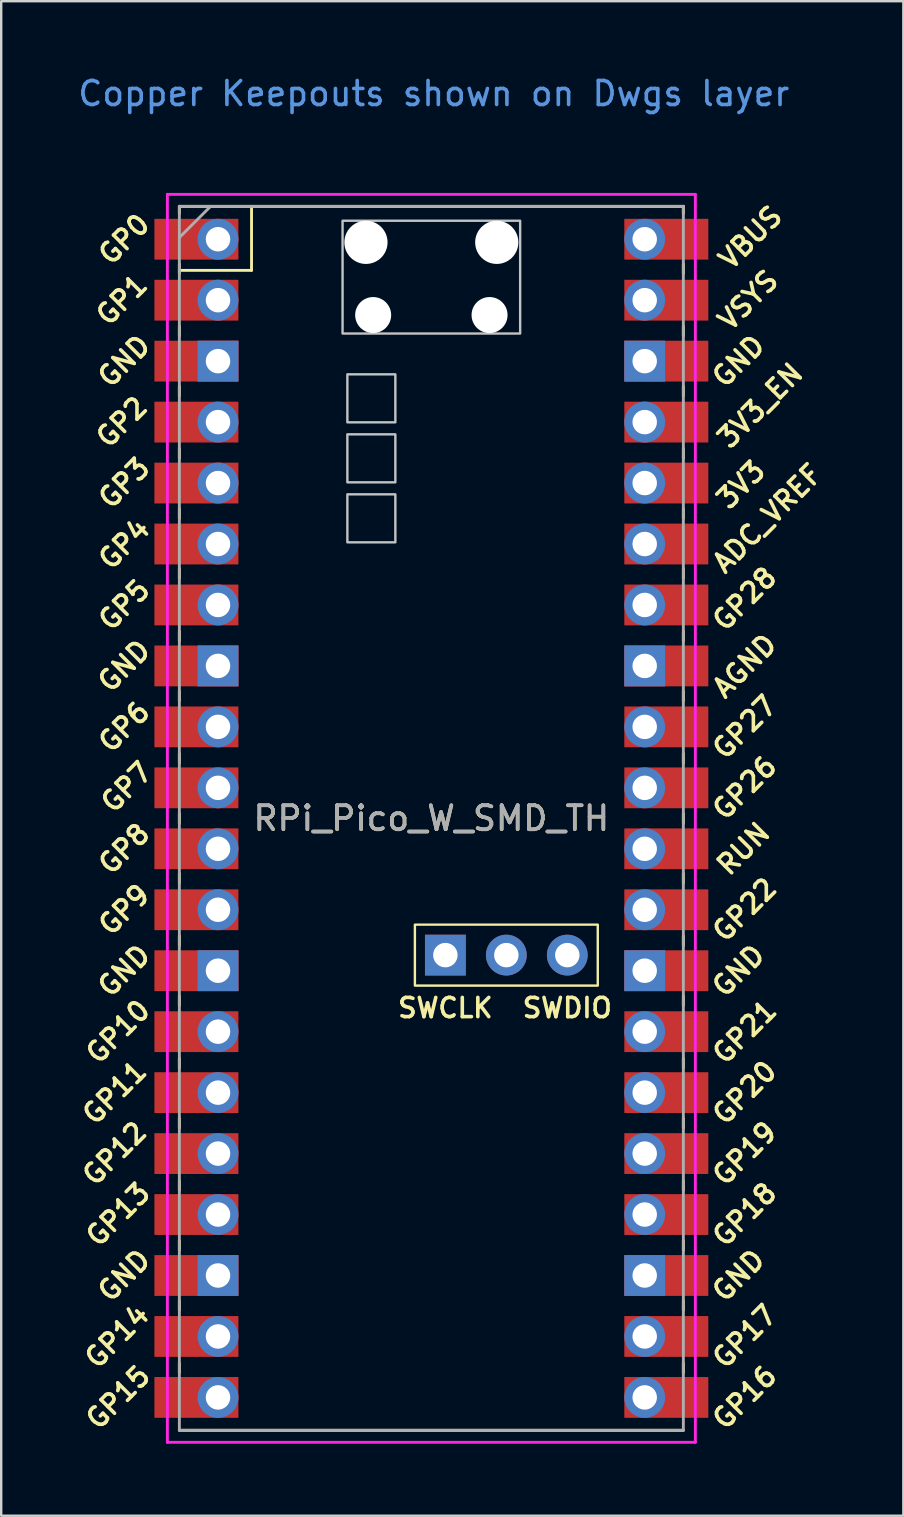
<source format=kicad_pcb>
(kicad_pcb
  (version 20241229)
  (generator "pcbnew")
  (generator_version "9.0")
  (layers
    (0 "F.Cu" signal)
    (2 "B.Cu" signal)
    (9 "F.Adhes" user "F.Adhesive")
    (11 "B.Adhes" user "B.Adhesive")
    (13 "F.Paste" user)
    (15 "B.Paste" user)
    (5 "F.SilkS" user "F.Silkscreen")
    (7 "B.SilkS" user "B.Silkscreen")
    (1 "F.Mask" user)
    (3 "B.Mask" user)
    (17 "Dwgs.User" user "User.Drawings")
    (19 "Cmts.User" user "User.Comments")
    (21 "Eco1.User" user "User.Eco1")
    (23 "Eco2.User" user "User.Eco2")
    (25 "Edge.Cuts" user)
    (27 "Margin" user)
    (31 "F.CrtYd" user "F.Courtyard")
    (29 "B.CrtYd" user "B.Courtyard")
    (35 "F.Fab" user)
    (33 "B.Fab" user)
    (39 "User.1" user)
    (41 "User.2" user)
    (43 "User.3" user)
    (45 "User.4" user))
  (footprint "RPi_Pico_W_SMD_TH"
    (layer "F.Cu")
    (at 14.924 31.048)
    (property "Reference" "RPi_Pico_W_SMD_TH" (at 0 0 0) (layer "F.SilkS") (effects (font (size 1 1) (thickness 0.15))))
    (attr through_hole)
    (fp_line (start -10.5 -25.5) (end -10.5 -25.2) (stroke (width 0.12) (type solid)) (layer "F.SilkS"))
    (fp_line (start -10.5 -25.5) (end 10.5 -25.5) (stroke (width 0.12) (type solid)) (layer "F.SilkS"))
    (fp_line (start -10.5 -23.1) (end -10.5 -22.7) (stroke (width 0.12) (type solid)) (layer "F.SilkS"))
    (fp_line (start -10.5 -22.833) (end -7.493 -22.833) (stroke (width 0.12) (type solid)) (layer "F.SilkS"))
    (fp_line (start -10.5 -20.5) (end -10.5 -20.1) (stroke (width 0.12) (type solid)) (layer "F.SilkS"))
    (fp_line (start -10.5 -18) (end -10.5 -17.6) (stroke (width 0.12) (type solid)) (layer "F.SilkS"))
    (fp_line (start -10.5 -15.4) (end -10.5 -15) (stroke (width 0.12) (type solid)) (layer "F.SilkS"))
    (fp_line (start -10.5 -12.9) (end -10.5 -12.5) (stroke (width 0.12) (type solid)) (layer "F.SilkS"))
    (fp_line (start -10.5 -10.4) (end -10.5 -10) (stroke (width 0.12) (type solid)) (layer "F.SilkS"))
    (fp_line (start -10.5 -7.8) (end -10.5 -7.4) (stroke (width 0.12) (type solid)) (layer "F.SilkS"))
    (fp_line (start -10.5 -5.3) (end -10.5 -4.9) (stroke (width 0.12) (type solid)) (layer "F.SilkS"))
    (fp_line (start -10.5 -2.7) (end -10.5 -2.3) (stroke (width 0.12) (type solid)) (layer "F.SilkS"))
    (fp_line (start -10.5 -0.2) (end -10.5 0.2) (stroke (width 0.12) (type solid)) (layer "F.SilkS"))
    (fp_line (start -10.5 2.3) (end -10.5 2.7) (stroke (width 0.12) (type solid)) (layer "F.SilkS"))
    (fp_line (start -10.5 4.9) (end -10.5 5.3) (stroke (width 0.12) (type solid)) (layer "F.SilkS"))
    (fp_line (start -10.5 7.4) (end -10.5 7.8) (stroke (width 0.12) (type solid)) (layer "F.SilkS"))
    (fp_line (start -10.5 10) (end -10.5 10.4) (stroke (width 0.12) (type solid)) (layer "F.SilkS"))
    (fp_line (start -10.5 12.5) (end -10.5 12.9) (stroke (width 0.12) (type solid)) (layer "F.SilkS"))
    (fp_line (start -10.5 15.1) (end -10.5 15.5) (stroke (width 0.12) (type solid)) (layer "F.SilkS"))
    (fp_line (start -10.5 17.6) (end -10.5 18) (stroke (width 0.12) (type solid)) (layer "F.SilkS"))
    (fp_line (start -10.5 20.1) (end -10.5 20.5) (stroke (width 0.12) (type solid)) (layer "F.SilkS"))
    (fp_line (start -10.5 22.7) (end -10.5 23.1) (stroke (width 0.12) (type solid)) (layer "F.SilkS"))
    (fp_line (start -7.493 -22.833) (end -7.493 -25.5) (stroke (width 0.12) (type solid)) (layer "F.SilkS"))
    (fp_line (start 10.5 -25.5) (end 10.5 -25.2) (stroke (width 0.12) (type solid)) (layer "F.SilkS"))
    (fp_line (start 10.5 -23.1) (end 10.5 -22.7) (stroke (width 0.12) (type solid)) (layer "F.SilkS"))
    (fp_line (start 10.5 -20.5) (end 10.5 -20.1) (stroke (width 0.12) (type solid)) (layer "F.SilkS"))
    (fp_line (start 10.5 -18) (end 10.5 -17.6) (stroke (width 0.12) (type solid)) (layer "F.SilkS"))
    (fp_line (start 10.5 -15.4) (end 10.5 -15) (stroke (width 0.12) (type solid)) (layer "F.SilkS"))
    (fp_line (start 10.5 -12.9) (end 10.5 -12.5) (stroke (width 0.12) (type solid)) (layer "F.SilkS"))
    (fp_line (start 10.5 -10.4) (end 10.5 -10) (stroke (width 0.12) (type solid)) (layer "F.SilkS"))
    (fp_line (start 10.5 -7.8) (end 10.5 -7.4) (stroke (width 0.12) (type solid)) (layer "F.SilkS"))
    (fp_line (start 10.5 -5.3) (end 10.5 -4.9) (stroke (width 0.12) (type solid)) (layer "F.SilkS"))
    (fp_line (start 10.5 -2.7) (end 10.5 -2.3) (stroke (width 0.12) (type solid)) (layer "F.SilkS"))
    (fp_line (start 10.5 -0.2) (end 10.5 0.2) (stroke (width 0.12) (type solid)) (layer "F.SilkS"))
    (fp_line (start 10.5 2.3) (end 10.5 2.7) (stroke (width 0.12) (type solid)) (layer "F.SilkS"))
    (fp_line (start 10.5 4.9) (end 10.5 5.3) (stroke (width 0.12) (type solid)) (layer "F.SilkS"))
    (fp_line (start 10.5 7.4) (end 10.5 7.8) (stroke (width 0.12) (type solid)) (layer "F.SilkS"))
    (fp_line (start 10.5 10) (end 10.5 10.4) (stroke (width 0.12) (type solid)) (layer "F.SilkS"))
    (fp_line (start 10.5 12.5) (end 10.5 12.9) (stroke (width 0.12) (type solid)) (layer "F.SilkS"))
    (fp_line (start 10.5 15.1) (end 10.5 15.5) (stroke (width 0.12) (type solid)) (layer "F.SilkS"))
    (fp_line (start 10.5 17.6) (end 10.5 18) (stroke (width 0.12) (type solid)) (layer "F.SilkS"))
    (fp_line (start 10.5 20.1) (end 10.5 20.5) (stroke (width 0.12) (type solid)) (layer "F.SilkS"))
    (fp_line (start 10.5 22.7) (end 10.5 23.1) (stroke (width 0.12) (type solid)) (layer "F.SilkS"))
    (fp_line (start 10.5 25.5) (end -10.5 25.5) (stroke (width 0.12) (type solid)) (layer "F.SilkS"))
    (fp_rect (start -0.686 4.43) (end 6.934 6.97) (stroke (width 0.1) (type default)) (fill no) (layer "F.SilkS"))
    (fp_poly (pts (xy -1.5 -16.5) (xy -3.5 -16.5) (xy -3.5 -18.5) (xy -1.5 -18.5)) (stroke (width 0.1) (type solid)) (fill no) (layer "Dwgs.User"))
    (fp_poly (pts (xy -1.5 -14) (xy -3.5 -14) (xy -3.5 -16) (xy -1.5 -16)) (stroke (width 0.1) (type solid)) (fill no) (layer "Dwgs.User"))
    (fp_poly (pts (xy -1.5 -11.5) (xy -3.5 -11.5) (xy -3.5 -13.5) (xy -1.5 -13.5)) (stroke (width 0.1) (type solid)) (fill no) (layer "Dwgs.User"))
    (fp_poly (pts (xy 3.7 -20.2) (xy -3.7 -20.2) (xy -3.7 -24.9) (xy 3.7 -24.9)) (stroke (width 0.1) (type solid)) (fill no) (layer "Dwgs.User"))
    (fp_line (start -11 -26) (end 11 -26) (stroke (width 0.12) (type solid)) (layer "F.CrtYd"))
    (fp_line (start -11 26) (end -11 -26) (stroke (width 0.12) (type solid)) (layer "F.CrtYd"))
    (fp_line (start 11 -26) (end 11 26) (stroke (width 0.12) (type solid)) (layer "F.CrtYd"))
    (fp_line (start 11 26) (end -11 26) (stroke (width 0.12) (type solid)) (layer "F.CrtYd"))
    (fp_line (start -10.5 -25.5) (end 10.5 -25.5) (stroke (width 0.12) (type solid)) (layer "F.Fab"))
    (fp_line (start -10.5 -24.2) (end -9.2 -25.5) (stroke (width 0.12) (type solid)) (layer "F.Fab"))
    (fp_line (start -10.5 25.5) (end -10.5 -25.5) (stroke (width 0.12) (type solid)) (layer "F.Fab"))
    (fp_line (start 10.5 -25.5) (end 10.5 25.5) (stroke (width 0.12) (type solid)) (layer "F.Fab"))
    (fp_line (start 10.5 25.5) (end -10.5 25.5) (stroke (width 0.12) (type solid)) (layer "F.Fab"))
    (fp_text user "GP22" (at 13.054 3.81 45) (layer "F.SilkS") (effects (font (size 0.8 0.8) (thickness 0.15))))
    (fp_text user "GND" (at -12.8 -19.05 45) (layer "F.SilkS") (effects (font (size 0.8 0.8) (thickness 0.15))))
    (fp_text user "GP15" (at -13.054 24.13 45) (layer "F.SilkS") (effects (font (size 0.8 0.8) (thickness 0.15))))
    (fp_text user "SWDIO" (at 5.664 7.9 0) (layer "F.SilkS") (effects (font (size 0.8 0.8) (thickness 0.15))))
    (fp_text user "VSYS" (at 13.2 -21.59 45) (layer "F.SilkS") (effects (font (size 0.8 0.8) (thickness 0.15))))
    (fp_text user "AGND" (at 13.054 -6.35 45) (layer "F.SilkS") (effects (font (size 0.8 0.8) (thickness 0.15))))
    (fp_text user "SWCLK" (at 0.584 7.9 0) (layer "F.SilkS") (effects (font (size 0.8 0.8) (thickness 0.15))))
    (fp_text user "GP13" (at -13.054 16.51 45) (layer "F.SilkS") (effects (font (size 0.8 0.8) (thickness 0.15))))
    (fp_text user "GP11" (at -13.2 11.43 45) (layer "F.SilkS") (effects (font (size 0.8 0.8) (thickness 0.15))))
    (fp_text user "GP28" (at 13.054 -9.144 45) (layer "F.SilkS") (effects (font (size 0.8 0.8) (thickness 0.15))))
    (fp_text user "GND" (at -12.8 19.05 45) (layer "F.SilkS") (effects (font (size 0.8 0.8) (thickness 0.15))))
    (fp_text user "GP21" (at 13.054 8.9 45) (layer "F.SilkS") (effects (font (size 0.8 0.8) (thickness 0.15))))
    (fp_text user "GP8" (at -12.8 1.27 45) (layer "F.SilkS") (effects (font (size 0.8 0.8) (thickness 0.15))))
    (fp_text user "RUN" (at 13 1.27 45) (layer "F.SilkS") (effects (font (size 0.8 0.8) (thickness 0.15))))
    (fp_text user "GP7" (at -12.7 -1.3 45) (layer "F.SilkS") (effects (font (size 0.8 0.8) (thickness 0.15))))
    (fp_text user "GND" (at -12.8 6.35 45) (layer "F.SilkS") (effects (font (size 0.8 0.8) (thickness 0.15))))
    (fp_text user "GP1" (at -12.9 -21.6 45) (layer "F.SilkS") (effects (font (size 0.8 0.8) (thickness 0.15))))
    (fp_text user "GP10" (at -13.054 8.89 45) (layer "F.SilkS") (effects (font (size 0.8 0.8) (thickness 0.15))))
    (fp_text user "GP6" (at -12.8 -3.81 45) (layer "F.SilkS") (effects (font (size 0.8 0.8) (thickness 0.15))))
    (fp_text user "3V3" (at 12.9 -13.9 45) (layer "F.SilkS") (effects (font (size 0.8 0.8) (thickness 0.15))))
    (fp_text user "GP5" (at -12.8 -8.89 45) (layer "F.SilkS") (effects (font (size 0.8 0.8) (thickness 0.15))))
    (fp_text user "GND" (at 12.8 19.05 45) (layer "F.SilkS") (effects (font (size 0.8 0.8) (thickness 0.15))))
    (fp_text user "VBUS" (at 13.3 -24.2 45) (layer "F.SilkS") (effects (font (size 0.8 0.8) (thickness 0.15))))
    (fp_text user "3V3_EN" (at 13.7 -17.2 45) (layer "F.SilkS") (effects (font (size 0.8 0.8) (thickness 0.15))))
    (fp_text user "GP2" (at -12.9 -16.51 45) (layer "F.SilkS") (effects (font (size 0.8 0.8) (thickness 0.15))))
    (fp_text user "GP26" (at 13.054 -1.27 45) (layer "F.SilkS") (effects (font (size 0.8 0.8) (thickness 0.15))))
    (fp_text user "GP3" (at -12.8 -13.97 45) (layer "F.SilkS") (effects (font (size 0.8 0.8) (thickness 0.15))))
    (fp_text user "GP0" (at -12.8 -24.13 45) (layer "F.SilkS") (effects (font (size 0.8 0.8) (thickness 0.15))))
    (fp_text user "ADC_VREF" (at 14 -12.5 45) (layer "F.SilkS") (effects (font (size 0.8 0.8) (thickness 0.15))))
    (fp_text user "GP19" (at 13.054 13.97 45) (layer "F.SilkS") (effects (font (size 0.8 0.8) (thickness 0.15))))
    (fp_text user "GND" (at 12.8 6.35 45) (layer "F.SilkS") (effects (font (size 0.8 0.8) (thickness 0.15))))
    (fp_text user "GP16" (at 13.054 24.13 45) (layer "F.SilkS") (effects (font (size 0.8 0.8) (thickness 0.15))))
    (fp_text user "GND" (at -12.8 -6.35 45) (layer "F.SilkS") (effects (font (size 0.8 0.8) (thickness 0.15))))
    (fp_text user "GP27" (at 13.054 -3.8 45) (layer "F.SilkS") (effects (font (size 0.8 0.8) (thickness 0.15))))
    (fp_text user "GP4" (at -12.8 -11.43 45) (layer "F.SilkS") (effects (font (size 0.8 0.8) (thickness 0.15))))
    (fp_text user "GP12" (at -13.2 13.97 45) (layer "F.SilkS") (effects (font (size 0.8 0.8) (thickness 0.15))))
    (fp_text user "GP18" (at 13.054 16.51 45) (layer "F.SilkS") (effects (font (size 0.8 0.8) (thickness 0.15))))
    (fp_text user "GP17" (at 13.054 21.59 45) (layer "F.SilkS") (effects (font (size 0.8 0.8) (thickness 0.15))))
    (fp_text user "GP14" (at -13.1 21.59 45) (layer "F.SilkS") (effects (font (size 0.8 0.8) (thickness 0.15))))
    (fp_text user "GP20" (at 13.054 11.43 45) (layer "F.SilkS") (effects (font (size 0.8 0.8) (thickness 0.15))))
    (fp_text user "GP9" (at -12.8 3.81 45) (layer "F.SilkS") (effects (font (size 0.8 0.8) (thickness 0.15))))
    (fp_text user "GND" (at 12.8 -19.05 45) (layer "F.SilkS") (effects (font (size 0.8 0.8) (thickness 0.15))))
    (fp_text user "Copper Keepouts shown on Dwgs layer" (at 0.1 -30.2 0) (layer "Cmts.User") (effects (font (size 1 1) (thickness 0.15))))
    (fp_text user "${REFERENCE}" (at 0 0 180) (layer "F.Fab") (effects (font (size 1 1) (thickness 0.15))))
    (pad "" np_thru_hole oval (at -2.725 -24) (size 1.8 1.8) (drill 1.8) (layers "*.Cu" "*.Mask"))
    (pad "" np_thru_hole oval (at -2.425 -20.97) (size 1.5 1.5) (drill 1.5) (layers "*.Cu" "*.Mask"))
    (pad "" np_thru_hole oval (at 2.425 -20.97) (size 1.5 1.5) (drill 1.5) (layers "*.Cu" "*.Mask"))
    (pad "" np_thru_hole oval (at 2.725 -24) (size 1.8 1.8) (drill 1.8) (layers "*.Cu" "*.Mask"))
    (pad "1" thru_hole oval (at -8.89 -24.13) (size 1.7 1.7) (drill 1.02) (layers "*.Cu" "*.Mask"))
    (pad "1" smd rect (at -8.89 -24.13) (size 3.5 1.7) (drill (offset -0.9 0)) (layers "F.Cu" "F.Mask"))
    (pad "2" thru_hole oval (at -8.89 -21.59) (size 1.7 1.7) (drill 1.02) (layers "*.Cu" "*.Mask"))
    (pad "2" smd rect (at -8.89 -21.59) (size 3.5 1.7) (drill (offset -0.9 0)) (layers "F.Cu" "F.Mask"))
    (pad "3" thru_hole rect (at -8.89 -19.05) (size 1.7 1.7) (drill 1.02) (layers "*.Cu" "*.Mask"))
    (pad "3" smd rect (at -8.89 -19.05) (size 3.5 1.7) (drill (offset -0.9 0)) (layers "F.Cu" "F.Mask"))
    (pad "4" thru_hole oval (at -8.89 -16.51) (size 1.7 1.7) (drill 1.02) (layers "*.Cu" "*.Mask"))
    (pad "4" smd rect (at -8.89 -16.51) (size 3.5 1.7) (drill (offset -0.9 0)) (layers "F.Cu" "F.Mask"))
    (pad "5" thru_hole oval (at -8.89 -13.97) (size 1.7 1.7) (drill 1.02) (layers "*.Cu" "*.Mask"))
    (pad "5" smd rect (at -8.89 -13.97) (size 3.5 1.7) (drill (offset -0.9 0)) (layers "F.Cu" "F.Mask"))
    (pad "6" thru_hole oval (at -8.89 -11.43) (size 1.7 1.7) (drill 1.02) (layers "*.Cu" "*.Mask"))
    (pad "6" smd rect (at -8.89 -11.43) (size 3.5 1.7) (drill (offset -0.9 0)) (layers "F.Cu" "F.Mask"))
    (pad "7" thru_hole oval (at -8.89 -8.89) (size 1.7 1.7) (drill 1.02) (layers "*.Cu" "*.Mask"))
    (pad "7" smd rect (at -8.89 -8.89) (size 3.5 1.7) (drill (offset -0.9 0)) (layers "F.Cu" "F.Mask"))
    (pad "8" thru_hole rect (at -8.89 -6.35) (size 1.7 1.7) (drill 1.02) (layers "*.Cu" "*.Mask"))
    (pad "8" smd rect (at -8.89 -6.35) (size 3.5 1.7) (drill (offset -0.9 0)) (layers "F.Cu" "F.Mask"))
    (pad "9" thru_hole oval (at -8.89 -3.81) (size 1.7 1.7) (drill 1.02) (layers "*.Cu" "*.Mask"))
    (pad "9" smd rect (at -8.89 -3.81) (size 3.5 1.7) (drill (offset -0.9 0)) (layers "F.Cu" "F.Mask"))
    (pad "10" thru_hole oval (at -8.89 -1.27) (size 1.7 1.7) (drill 1.02) (layers "*.Cu" "*.Mask"))
    (pad "10" smd rect (at -8.89 -1.27) (size 3.5 1.7) (drill (offset -0.9 0)) (layers "F.Cu" "F.Mask"))
    (pad "11" thru_hole oval (at -8.89 1.27) (size 1.7 1.7) (drill 1.02) (layers "*.Cu" "*.Mask"))
    (pad "11" smd rect (at -8.89 1.27) (size 3.5 1.7) (drill (offset -0.9 0)) (layers "F.Cu" "F.Mask"))
    (pad "12" thru_hole oval (at -8.89 3.81) (size 1.7 1.7) (drill 1.02) (layers "*.Cu" "*.Mask"))
    (pad "12" smd rect (at -8.89 3.81) (size 3.5 1.7) (drill (offset -0.9 0)) (layers "F.Cu" "F.Mask"))
    (pad "13" thru_hole rect (at -8.89 6.35) (size 1.7 1.7) (drill 1.02) (layers "*.Cu" "*.Mask"))
    (pad "13" smd rect (at -8.89 6.35) (size 3.5 1.7) (drill (offset -0.9 0)) (layers "F.Cu" "F.Mask"))
    (pad "14" thru_hole oval (at -8.89 8.89) (size 1.7 1.7) (drill 1.02) (layers "*.Cu" "*.Mask"))
    (pad "14" smd rect (at -8.89 8.89) (size 3.5 1.7) (drill (offset -0.9 0)) (layers "F.Cu" "F.Mask"))
    (pad "15" thru_hole oval (at -8.89 11.43) (size 1.7 1.7) (drill 1.02) (layers "*.Cu" "*.Mask"))
    (pad "15" smd rect (at -8.89 11.43) (size 3.5 1.7) (drill (offset -0.9 0)) (layers "F.Cu" "F.Mask"))
    (pad "16" thru_hole oval (at -8.89 13.97) (size 1.7 1.7) (drill 1.02) (layers "*.Cu" "*.Mask"))
    (pad "16" smd rect (at -8.89 13.97) (size 3.5 1.7) (drill (offset -0.9 0)) (layers "F.Cu" "F.Mask"))
    (pad "17" thru_hole oval (at -8.89 16.51) (size 1.7 1.7) (drill 1.02) (layers "*.Cu" "*.Mask"))
    (pad "17" smd rect (at -8.89 16.51) (size 3.5 1.7) (drill (offset -0.9 0)) (layers "F.Cu" "F.Mask"))
    (pad "18" thru_hole rect (at -8.89 19.05) (size 1.7 1.7) (drill 1.02) (layers "*.Cu" "*.Mask"))
    (pad "18" smd rect (at -8.89 19.05) (size 3.5 1.7) (drill (offset -0.9 0)) (layers "F.Cu" "F.Mask"))
    (pad "19" thru_hole oval (at -8.89 21.59) (size 1.7 1.7) (drill 1.02) (layers "*.Cu" "*.Mask"))
    (pad "19" smd rect (at -8.89 21.59) (size 3.5 1.7) (drill (offset -0.9 0)) (layers "F.Cu" "F.Mask"))
    (pad "20" thru_hole oval (at -8.89 24.13) (size 1.7 1.7) (drill 1.02) (layers "*.Cu" "*.Mask"))
    (pad "20" smd rect (at -8.89 24.13) (size 3.5 1.7) (drill (offset -0.9 0)) (layers "F.Cu" "F.Mask"))
    (pad "21" thru_hole oval (at 8.89 24.13) (size 1.7 1.7) (drill 1.02) (layers "*.Cu" "*.Mask"))
    (pad "21" smd rect (at 8.89 24.13) (size 3.5 1.7) (drill (offset 0.9 0)) (layers "F.Cu" "F.Mask"))
    (pad "22" thru_hole oval (at 8.89 21.59) (size 1.7 1.7) (drill 1.02) (layers "*.Cu" "*.Mask"))
    (pad "22" smd rect (at 8.89 21.59) (size 3.5 1.7) (drill (offset 0.9 0)) (layers "F.Cu" "F.Mask"))
    (pad "23" thru_hole rect (at 8.89 19.05) (size 1.7 1.7) (drill 1.02) (layers "*.Cu" "*.Mask"))
    (pad "23" smd rect (at 8.89 19.05) (size 3.5 1.7) (drill (offset 0.9 0)) (layers "F.Cu" "F.Mask"))
    (pad "24" thru_hole oval (at 8.89 16.51) (size 1.7 1.7) (drill 1.02) (layers "*.Cu" "*.Mask"))
    (pad "24" smd rect (at 8.89 16.51) (size 3.5 1.7) (drill (offset 0.9 0)) (layers "F.Cu" "F.Mask"))
    (pad "25" thru_hole oval (at 8.89 13.97) (size 1.7 1.7) (drill 1.02) (layers "*.Cu" "*.Mask"))
    (pad "25" smd rect (at 8.89 13.97) (size 3.5 1.7) (drill (offset 0.9 0)) (layers "F.Cu" "F.Mask"))
    (pad "26" thru_hole oval (at 8.89 11.43) (size 1.7 1.7) (drill 1.02) (layers "*.Cu" "*.Mask"))
    (pad "26" smd rect (at 8.89 11.43) (size 3.5 1.7) (drill (offset 0.9 0)) (layers "F.Cu" "F.Mask"))
    (pad "27" thru_hole oval (at 8.89 8.89) (size 1.7 1.7) (drill 1.02) (layers "*.Cu" "*.Mask"))
    (pad "27" smd rect (at 8.89 8.89) (size 3.5 1.7) (drill (offset 0.9 0)) (layers "F.Cu" "F.Mask"))
    (pad "28" thru_hole rect (at 8.89 6.35) (size 1.7 1.7) (drill 1.02) (layers "*.Cu" "*.Mask"))
    (pad "28" smd rect (at 8.89 6.35) (size 3.5 1.7) (drill (offset 0.9 0)) (layers "F.Cu" "F.Mask"))
    (pad "29" thru_hole oval (at 8.89 3.81) (size 1.7 1.7) (drill 1.02) (layers "*.Cu" "*.Mask"))
    (pad "29" smd rect (at 8.89 3.81) (size 3.5 1.7) (drill (offset 0.9 0)) (layers "F.Cu" "F.Mask"))
    (pad "30" thru_hole oval (at 8.89 1.27) (size 1.7 1.7) (drill 1.02) (layers "*.Cu" "*.Mask"))
    (pad "30" smd rect (at 8.89 1.27) (size 3.5 1.7) (drill (offset 0.9 0)) (layers "F.Cu" "F.Mask"))
    (pad "31" thru_hole oval (at 8.89 -1.27) (size 1.7 1.7) (drill 1.02) (layers "*.Cu" "*.Mask"))
    (pad "31" smd rect (at 8.89 -1.27) (size 3.5 1.7) (drill (offset 0.9 0)) (layers "F.Cu" "F.Mask"))
    (pad "32" thru_hole oval (at 8.89 -3.81) (size 1.7 1.7) (drill 1.02) (layers "*.Cu" "*.Mask"))
    (pad "32" smd rect (at 8.89 -3.81) (size 3.5 1.7) (drill (offset 0.9 0)) (layers "F.Cu" "F.Mask"))
    (pad "33" thru_hole rect (at 8.89 -6.35) (size 1.7 1.7) (drill 1.02) (layers "*.Cu" "*.Mask"))
    (pad "33" smd rect (at 8.89 -6.35) (size 3.5 1.7) (drill (offset 0.9 0)) (layers "F.Cu" "F.Mask"))
    (pad "34" thru_hole oval (at 8.89 -8.89) (size 1.7 1.7) (drill 1.02) (layers "*.Cu" "*.Mask"))
    (pad "34" smd rect (at 8.89 -8.89) (size 3.5 1.7) (drill (offset 0.9 0)) (layers "F.Cu" "F.Mask"))
    (pad "35" thru_hole oval (at 8.89 -11.43) (size 1.7 1.7) (drill 1.02) (layers "*.Cu" "*.Mask"))
    (pad "35" smd rect (at 8.89 -11.43) (size 3.5 1.7) (drill (offset 0.9 0)) (layers "F.Cu" "F.Mask"))
    (pad "36" thru_hole oval (at 8.89 -13.97) (size 1.7 1.7) (drill 1.02) (layers "*.Cu" "*.Mask"))
    (pad "36" smd rect (at 8.89 -13.97) (size 3.5 1.7) (drill (offset 0.9 0)) (layers "F.Cu" "F.Mask"))
    (pad "37" thru_hole oval (at 8.89 -16.51) (size 1.7 1.7) (drill 1.02) (layers "*.Cu" "*.Mask"))
    (pad "37" smd rect (at 8.89 -16.51) (size 3.5 1.7) (drill (offset 0.9 0)) (layers "F.Cu" "F.Mask"))
    (pad "38" thru_hole rect (at 8.89 -19.05) (size 1.7 1.7) (drill 1.02) (layers "*.Cu" "*.Mask"))
    (pad "38" smd rect (at 8.89 -19.05) (size 3.5 1.7) (drill (offset 0.9 0)) (layers "F.Cu" "F.Mask"))
    (pad "39" thru_hole oval (at 8.89 -21.59) (size 1.7 1.7) (drill 1.02) (layers "*.Cu" "*.Mask"))
    (pad "39" smd rect (at 8.89 -21.59) (size 3.5 1.7) (drill (offset 0.9 0)) (layers "F.Cu" "F.Mask"))
    (pad "40" thru_hole oval (at 8.89 -24.13) (size 1.7 1.7) (drill 1.02) (layers "*.Cu" "*.Mask"))
    (pad "40" smd rect (at 8.89 -24.13) (size 3.5 1.7) (drill (offset 0.9 0)) (layers "F.Cu" "F.Mask"))
    (pad "41" thru_hole rect (at 0.584 5.7) (size 1.7 1.7) (drill 1.02) (layers "*.Cu" "*.Mask"))
    (pad "42" thru_hole oval (at 3.124 5.7) (size 1.7 1.7) (drill 1.02) (layers "*.Cu" "*.Mask"))
    (pad "43" thru_hole oval (at 5.664 5.7) (size 1.7 1.7) (drill 1.02) (layers "*.Cu" "*.Mask")))
  (gr_rect
    (start -3 -3)
    (end 34.591 60.108)
    (stroke (width 0.1) (type default))
    (fill no)
    (layer "Edge.Cuts")))
</source>
